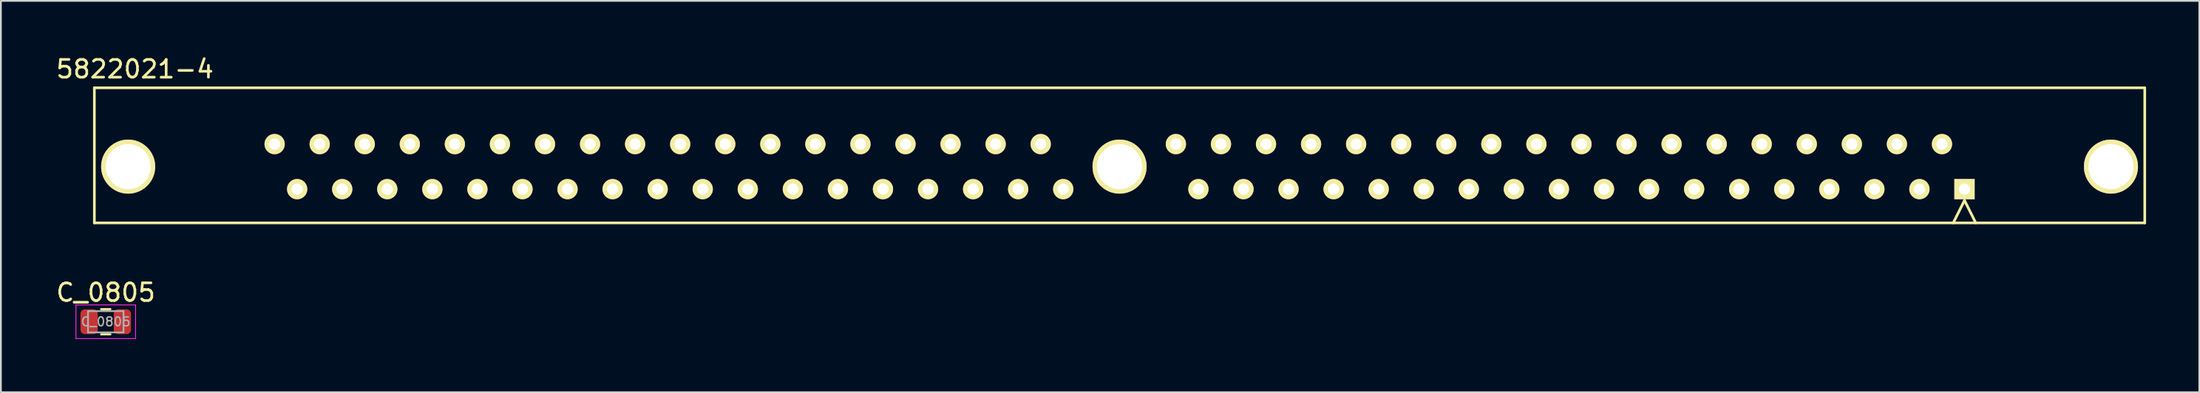
<source format=kicad_pcb>
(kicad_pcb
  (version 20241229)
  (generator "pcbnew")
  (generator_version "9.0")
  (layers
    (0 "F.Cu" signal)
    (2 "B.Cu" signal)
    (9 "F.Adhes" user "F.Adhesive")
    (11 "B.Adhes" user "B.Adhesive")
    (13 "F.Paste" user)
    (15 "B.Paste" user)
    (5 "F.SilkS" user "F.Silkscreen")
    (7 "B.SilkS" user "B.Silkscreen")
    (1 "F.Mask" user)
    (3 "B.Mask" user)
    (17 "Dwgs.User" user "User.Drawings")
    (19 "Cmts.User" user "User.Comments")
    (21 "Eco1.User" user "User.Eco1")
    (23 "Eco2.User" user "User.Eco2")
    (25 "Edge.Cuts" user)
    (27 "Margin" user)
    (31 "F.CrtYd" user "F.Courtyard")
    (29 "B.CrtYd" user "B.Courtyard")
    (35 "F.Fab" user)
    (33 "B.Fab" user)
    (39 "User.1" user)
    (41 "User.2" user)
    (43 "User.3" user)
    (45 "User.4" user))
  (footprint "C_0805"
    (layer "F.Cu")
    (at 2.911 15.097)
    (property "Reference" "C_0805" (at 0 -1.65 0) (layer "F.SilkS") (effects (font (size 1 1) (thickness 0.15))))
    (attr smd)
    (fp_line (start -0.259 -0.71) (end 0.259 -0.71) (stroke (width 0.12) (type solid)) (layer "F.SilkS"))
    (fp_line (start -0.259 0.71) (end 0.259 0.71) (stroke (width 0.12) (type solid)) (layer "F.SilkS"))
    (fp_line (start -1.68 -0.95) (end 1.68 -0.95) (stroke (width 0.05) (type solid)) (layer "F.CrtYd"))
    (fp_line (start -1.68 0.95) (end -1.68 -0.95) (stroke (width 0.05) (type solid)) (layer "F.CrtYd"))
    (fp_line (start 1.68 -0.95) (end 1.68 0.95) (stroke (width 0.05) (type solid)) (layer "F.CrtYd"))
    (fp_line (start 1.68 0.95) (end -1.68 0.95) (stroke (width 0.05) (type solid)) (layer "F.CrtYd"))
    (fp_line (start -1 -0.6) (end 1 -0.6) (stroke (width 0.1) (type solid)) (layer "F.Fab"))
    (fp_line (start -1 0.6) (end -1 -0.6) (stroke (width 0.1) (type solid)) (layer "F.Fab"))
    (fp_line (start 1 -0.6) (end 1 0.6) (stroke (width 0.1) (type solid)) (layer "F.Fab"))
    (fp_line (start 1 0.6) (end -1 0.6) (stroke (width 0.1) (type solid)) (layer "F.Fab"))
    (fp_text user "${REFERENCE}" (at 0 0 0) (layer "F.Fab") (effects (font (size 0.5 0.5) (thickness 0.08))))
    (pad "1" smd roundrect (at -0.938 0) (size 0.975 1.4) (layers "F.Cu" "F.Mask" "F.Paste") (roundrect_rratio 0.25))
    (pad "2" smd roundrect (at 0.938 0) (size 0.975 1.4) (layers "F.Cu" "F.Mask" "F.Paste") (roundrect_rratio 0.25)))
  (footprint "5822021-4"
    (layer "F.Cu")
    (at 60.054 6.348)
    (property "Reference" "5822021-4" (at -55.5 -5.5 0) (layer "F.SilkS") (effects (font (size 1 1) (thickness 0.15))))
    (attr through_hole)
    (fp_line (start -57.785 -4.445) (end -57.785 3.175) (stroke (width 0.15) (type solid)) (layer "F.SilkS"))
    (fp_line (start -57.785 3.175) (end 57.785 3.175) (stroke (width 0.15) (type solid)) (layer "F.SilkS"))
    (fp_line (start 46.99 3.175) (end 47.625 1.905) (stroke (width 0.15) (type solid)) (layer "F.SilkS"))
    (fp_line (start 47.625 1.905) (end 48.26 3.175) (stroke (width 0.15) (type solid)) (layer "F.SilkS"))
    (fp_line (start 57.785 -4.445) (end -57.785 -4.445) (stroke (width 0.15) (type solid)) (layer "F.SilkS"))
    (fp_line (start 57.785 3.175) (end 57.785 -4.445) (stroke (width 0.15) (type solid)) (layer "F.SilkS"))
    (pad "" thru_hole circle (at -55.88 0 180) (size 3.048 3.048) (drill 2.54) (layers "*.Cu" "*.Mask" "F.SilkS"))
    (pad "" thru_hole circle (at 0 0 180) (size 3.048 3.048) (drill 2.54) (layers "*.Cu" "*.Mask" "F.SilkS"))
    (pad "" thru_hole circle (at 55.88 0 180) (size 3.048 3.048) (drill 2.54) (layers "*.Cu" "*.Mask" "F.SilkS"))
    (pad "1" thru_hole rect (at 47.625 1.27 180) (size 1.143 1.143) (drill 0.635) (layers "*.Cu" "*.Mask" "F.SilkS"))
    (pad "2" thru_hole circle (at 46.355 -1.27 180) (size 1.143 1.143) (drill 0.635) (layers "*.Cu" "*.Mask" "F.SilkS"))
    (pad "3" thru_hole circle (at 45.085 1.27 180) (size 1.143 1.143) (drill 0.635) (layers "*.Cu" "*.Mask" "F.SilkS"))
    (pad "4" thru_hole circle (at 43.815 -1.27 180) (size 1.143 1.143) (drill 0.635) (layers "*.Cu" "*.Mask" "F.SilkS"))
    (pad "5" thru_hole circle (at 42.545 1.27 180) (size 1.143 1.143) (drill 0.635) (layers "*.Cu" "*.Mask" "F.SilkS"))
    (pad "6" thru_hole circle (at 41.275 -1.27 180) (size 1.143 1.143) (drill 0.635) (layers "*.Cu" "*.Mask" "F.SilkS"))
    (pad "7" thru_hole circle (at 40.005 1.27 180) (size 1.143 1.143) (drill 0.635) (layers "*.Cu" "*.Mask" "F.SilkS"))
    (pad "8" thru_hole circle (at 38.735 -1.27 180) (size 1.143 1.143) (drill 0.635) (layers "*.Cu" "*.Mask" "F.SilkS"))
    (pad "9" thru_hole circle (at 37.465 1.27 180) (size 1.143 1.143) (drill 0.635) (layers "*.Cu" "*.Mask" "F.SilkS"))
    (pad "10" thru_hole circle (at 36.195 -1.27 180) (size 1.143 1.143) (drill 0.635) (layers "*.Cu" "*.Mask" "F.SilkS"))
    (pad "11" thru_hole circle (at 34.925 1.27 180) (size 1.143 1.143) (drill 0.635) (layers "*.Cu" "*.Mask" "F.SilkS"))
    (pad "12" thru_hole circle (at 33.655 -1.27 180) (size 1.143 1.143) (drill 0.635) (layers "*.Cu" "*.Mask" "F.SilkS"))
    (pad "13" thru_hole circle (at 32.385 1.27 180) (size 1.143 1.143) (drill 0.635) (layers "*.Cu" "*.Mask" "F.SilkS"))
    (pad "14" thru_hole circle (at 31.115 -1.27 180) (size 1.143 1.143) (drill 0.635) (layers "*.Cu" "*.Mask" "F.SilkS"))
    (pad "15" thru_hole circle (at 29.845 1.27 180) (size 1.143 1.143) (drill 0.635) (layers "*.Cu" "*.Mask" "F.SilkS"))
    (pad "16" thru_hole circle (at 28.575 -1.27 180) (size 1.143 1.143) (drill 0.635) (layers "*.Cu" "*.Mask" "F.SilkS"))
    (pad "17" thru_hole circle (at 27.305 1.27 180) (size 1.143 1.143) (drill 0.635) (layers "*.Cu" "*.Mask" "F.SilkS"))
    (pad "18" thru_hole circle (at 26.035 -1.27 180) (size 1.143 1.143) (drill 0.635) (layers "*.Cu" "*.Mask" "F.SilkS"))
    (pad "19" thru_hole circle (at 24.765 1.27 180) (size 1.143 1.143) (drill 0.635) (layers "*.Cu" "*.Mask" "F.SilkS"))
    (pad "20" thru_hole circle (at 23.495 -1.27 180) (size 1.143 1.143) (drill 0.635) (layers "*.Cu" "*.Mask" "F.SilkS"))
    (pad "21" thru_hole circle (at 22.225 1.27 180) (size 1.143 1.143) (drill 0.635) (layers "*.Cu" "*.Mask" "F.SilkS"))
    (pad "22" thru_hole circle (at 20.955 -1.27 180) (size 1.143 1.143) (drill 0.635) (layers "*.Cu" "*.Mask" "F.SilkS"))
    (pad "23" thru_hole circle (at 19.685 1.27 180) (size 1.143 1.143) (drill 0.635) (layers "*.Cu" "*.Mask" "F.SilkS"))
    (pad "24" thru_hole circle (at 18.415 -1.27 180) (size 1.143 1.143) (drill 0.635) (layers "*.Cu" "*.Mask" "F.SilkS"))
    (pad "25" thru_hole circle (at 17.145 1.27 180) (size 1.143 1.143) (drill 0.635) (layers "*.Cu" "*.Mask" "F.SilkS"))
    (pad "26" thru_hole circle (at 15.875 -1.27 180) (size 1.143 1.143) (drill 0.635) (layers "*.Cu" "*.Mask" "F.SilkS"))
    (pad "27" thru_hole circle (at 14.605 1.27 180) (size 1.143 1.143) (drill 0.635) (layers "*.Cu" "*.Mask" "F.SilkS"))
    (pad "28" thru_hole circle (at 13.335 -1.27 180) (size 1.143 1.143) (drill 0.635) (layers "*.Cu" "*.Mask" "F.SilkS"))
    (pad "29" thru_hole circle (at 12.065 1.27 180) (size 1.143 1.143) (drill 0.635) (layers "*.Cu" "*.Mask" "F.SilkS"))
    (pad "30" thru_hole circle (at 10.795 -1.27 180) (size 1.143 1.143) (drill 0.635) (layers "*.Cu" "*.Mask" "F.SilkS"))
    (pad "31" thru_hole circle (at 9.525 1.27 180) (size 1.143 1.143) (drill 0.635) (layers "*.Cu" "*.Mask" "F.SilkS"))
    (pad "32" thru_hole circle (at 8.255 -1.27 180) (size 1.143 1.143) (drill 0.635) (layers "*.Cu" "*.Mask" "F.SilkS"))
    (pad "33" thru_hole circle (at 6.985 1.27 180) (size 1.143 1.143) (drill 0.635) (layers "*.Cu" "*.Mask" "F.SilkS"))
    (pad "34" thru_hole circle (at 5.715 -1.27 180) (size 1.143 1.143) (drill 0.635) (layers "*.Cu" "*.Mask" "F.SilkS"))
    (pad "35" thru_hole circle (at 4.445 1.27 180) (size 1.143 1.143) (drill 0.635) (layers "*.Cu" "*.Mask" "F.SilkS"))
    (pad "36" thru_hole circle (at 3.175 -1.27 180) (size 1.143 1.143) (drill 0.635) (layers "*.Cu" "*.Mask" "F.SilkS"))
    (pad "37" thru_hole circle (at -3.175 1.27 180) (size 1.143 1.143) (drill 0.635) (layers "*.Cu" "*.Mask" "F.SilkS"))
    (pad "38" thru_hole circle (at -4.445 -1.27 180) (size 1.143 1.143) (drill 0.635) (layers "*.Cu" "*.Mask" "F.SilkS"))
    (pad "39" thru_hole circle (at -5.715 1.27 180) (size 1.143 1.143) (drill 0.635) (layers "*.Cu" "*.Mask" "F.SilkS"))
    (pad "40" thru_hole circle (at -6.985 -1.27 180) (size 1.143 1.143) (drill 0.635) (layers "*.Cu" "*.Mask" "F.SilkS"))
    (pad "41" thru_hole circle (at -8.255 1.27 180) (size 1.143 1.143) (drill 0.635) (layers "*.Cu" "*.Mask" "F.SilkS"))
    (pad "42" thru_hole circle (at -9.525 -1.27 180) (size 1.143 1.143) (drill 0.635) (layers "*.Cu" "*.Mask" "F.SilkS"))
    (pad "43" thru_hole circle (at -10.795 1.27 180) (size 1.143 1.143) (drill 0.635) (layers "*.Cu" "*.Mask" "F.SilkS"))
    (pad "44" thru_hole circle (at -12.065 -1.27 180) (size 1.143 1.143) (drill 0.635) (layers "*.Cu" "*.Mask" "F.SilkS"))
    (pad "45" thru_hole circle (at -13.335 1.27 180) (size 1.143 1.143) (drill 0.635) (layers "*.Cu" "*.Mask" "F.SilkS"))
    (pad "46" thru_hole circle (at -14.605 -1.27 180) (size 1.143 1.143) (drill 0.635) (layers "*.Cu" "*.Mask" "F.SilkS"))
    (pad "47" thru_hole circle (at -15.875 1.27 180) (size 1.143 1.143) (drill 0.635) (layers "*.Cu" "*.Mask" "F.SilkS"))
    (pad "48" thru_hole circle (at -17.145 -1.27 180) (size 1.143 1.143) (drill 0.635) (layers "*.Cu" "*.Mask" "F.SilkS"))
    (pad "49" thru_hole circle (at -18.415 1.27 180) (size 1.143 1.143) (drill 0.635) (layers "*.Cu" "*.Mask" "F.SilkS"))
    (pad "50" thru_hole circle (at -19.685 -1.27 180) (size 1.143 1.143) (drill 0.635) (layers "*.Cu" "*.Mask" "F.SilkS"))
    (pad "51" thru_hole circle (at -20.955 1.27 180) (size 1.143 1.143) (drill 0.635) (layers "*.Cu" "*.Mask" "F.SilkS"))
    (pad "52" thru_hole circle (at -22.225 -1.27 180) (size 1.143 1.143) (drill 0.635) (layers "*.Cu" "*.Mask" "F.SilkS"))
    (pad "53" thru_hole circle (at -23.495 1.27 180) (size 1.143 1.143) (drill 0.635) (layers "*.Cu" "*.Mask" "F.SilkS"))
    (pad "54" thru_hole circle (at -24.765 -1.27 180) (size 1.143 1.143) (drill 0.635) (layers "*.Cu" "*.Mask" "F.SilkS"))
    (pad "55" thru_hole circle (at -26.035 1.27 180) (size 1.143 1.143) (drill 0.635) (layers "*.Cu" "*.Mask" "F.SilkS"))
    (pad "56" thru_hole circle (at -27.305 -1.27 180) (size 1.143 1.143) (drill 0.635) (layers "*.Cu" "*.Mask" "F.SilkS"))
    (pad "57" thru_hole circle (at -28.575 1.27 180) (size 1.143 1.143) (drill 0.635) (layers "*.Cu" "*.Mask" "F.SilkS"))
    (pad "58" thru_hole circle (at -29.845 -1.27 180) (size 1.143 1.143) (drill 0.635) (layers "*.Cu" "*.Mask" "F.SilkS"))
    (pad "59" thru_hole circle (at -31.115 1.27 180) (size 1.143 1.143) (drill 0.635) (layers "*.Cu" "*.Mask" "F.SilkS"))
    (pad "60" thru_hole circle (at -32.385 -1.27 180) (size 1.143 1.143) (drill 0.635) (layers "*.Cu" "*.Mask" "F.SilkS"))
    (pad "61" thru_hole circle (at -33.655 1.27 180) (size 1.143 1.143) (drill 0.635) (layers "*.Cu" "*.Mask" "F.SilkS"))
    (pad "62" thru_hole circle (at -34.925 -1.27 180) (size 1.143 1.143) (drill 0.635) (layers "*.Cu" "*.Mask" "F.SilkS"))
    (pad "63" thru_hole circle (at -36.195 1.27 180) (size 1.143 1.143) (drill 0.635) (layers "*.Cu" "*.Mask" "F.SilkS"))
    (pad "64" thru_hole circle (at -37.465 -1.27 180) (size 1.143 1.143) (drill 0.635) (layers "*.Cu" "*.Mask" "F.SilkS"))
    (pad "65" thru_hole circle (at -38.735 1.27 180) (size 1.143 1.143) (drill 0.635) (layers "*.Cu" "*.Mask" "F.SilkS"))
    (pad "66" thru_hole circle (at -40.005 -1.27 180) (size 1.143 1.143) (drill 0.635) (layers "*.Cu" "*.Mask" "F.SilkS"))
    (pad "67" thru_hole circle (at -41.275 1.27 180) (size 1.143 1.143) (drill 0.635) (layers "*.Cu" "*.Mask" "F.SilkS"))
    (pad "68" thru_hole circle (at -42.545 -1.27 180) (size 1.143 1.143) (drill 0.635) (layers "*.Cu" "*.Mask" "F.SilkS"))
    (pad "69" thru_hole circle (at -43.815 1.27 180) (size 1.143 1.143) (drill 0.635) (layers "*.Cu" "*.Mask" "F.SilkS"))
    (pad "70" thru_hole circle (at -45.085 -1.27 180) (size 1.143 1.143) (drill 0.635) (layers "*.Cu" "*.Mask" "F.SilkS"))
    (pad "71" thru_hole circle (at -46.355 1.27 180) (size 1.143 1.143) (drill 0.635) (layers "*.Cu" "*.Mask" "F.SilkS"))
    (pad "72" thru_hole circle (at -47.625 -1.27 180) (size 1.143 1.143) (drill 0.635) (layers "*.Cu" "*.Mask" "F.SilkS")))
  (gr_rect
    (start -3 -3)
    (end 120.914 19.072)
    (stroke (width 0.1) (type default))
    (fill no)
    (layer "Edge.Cuts")))
</source>
